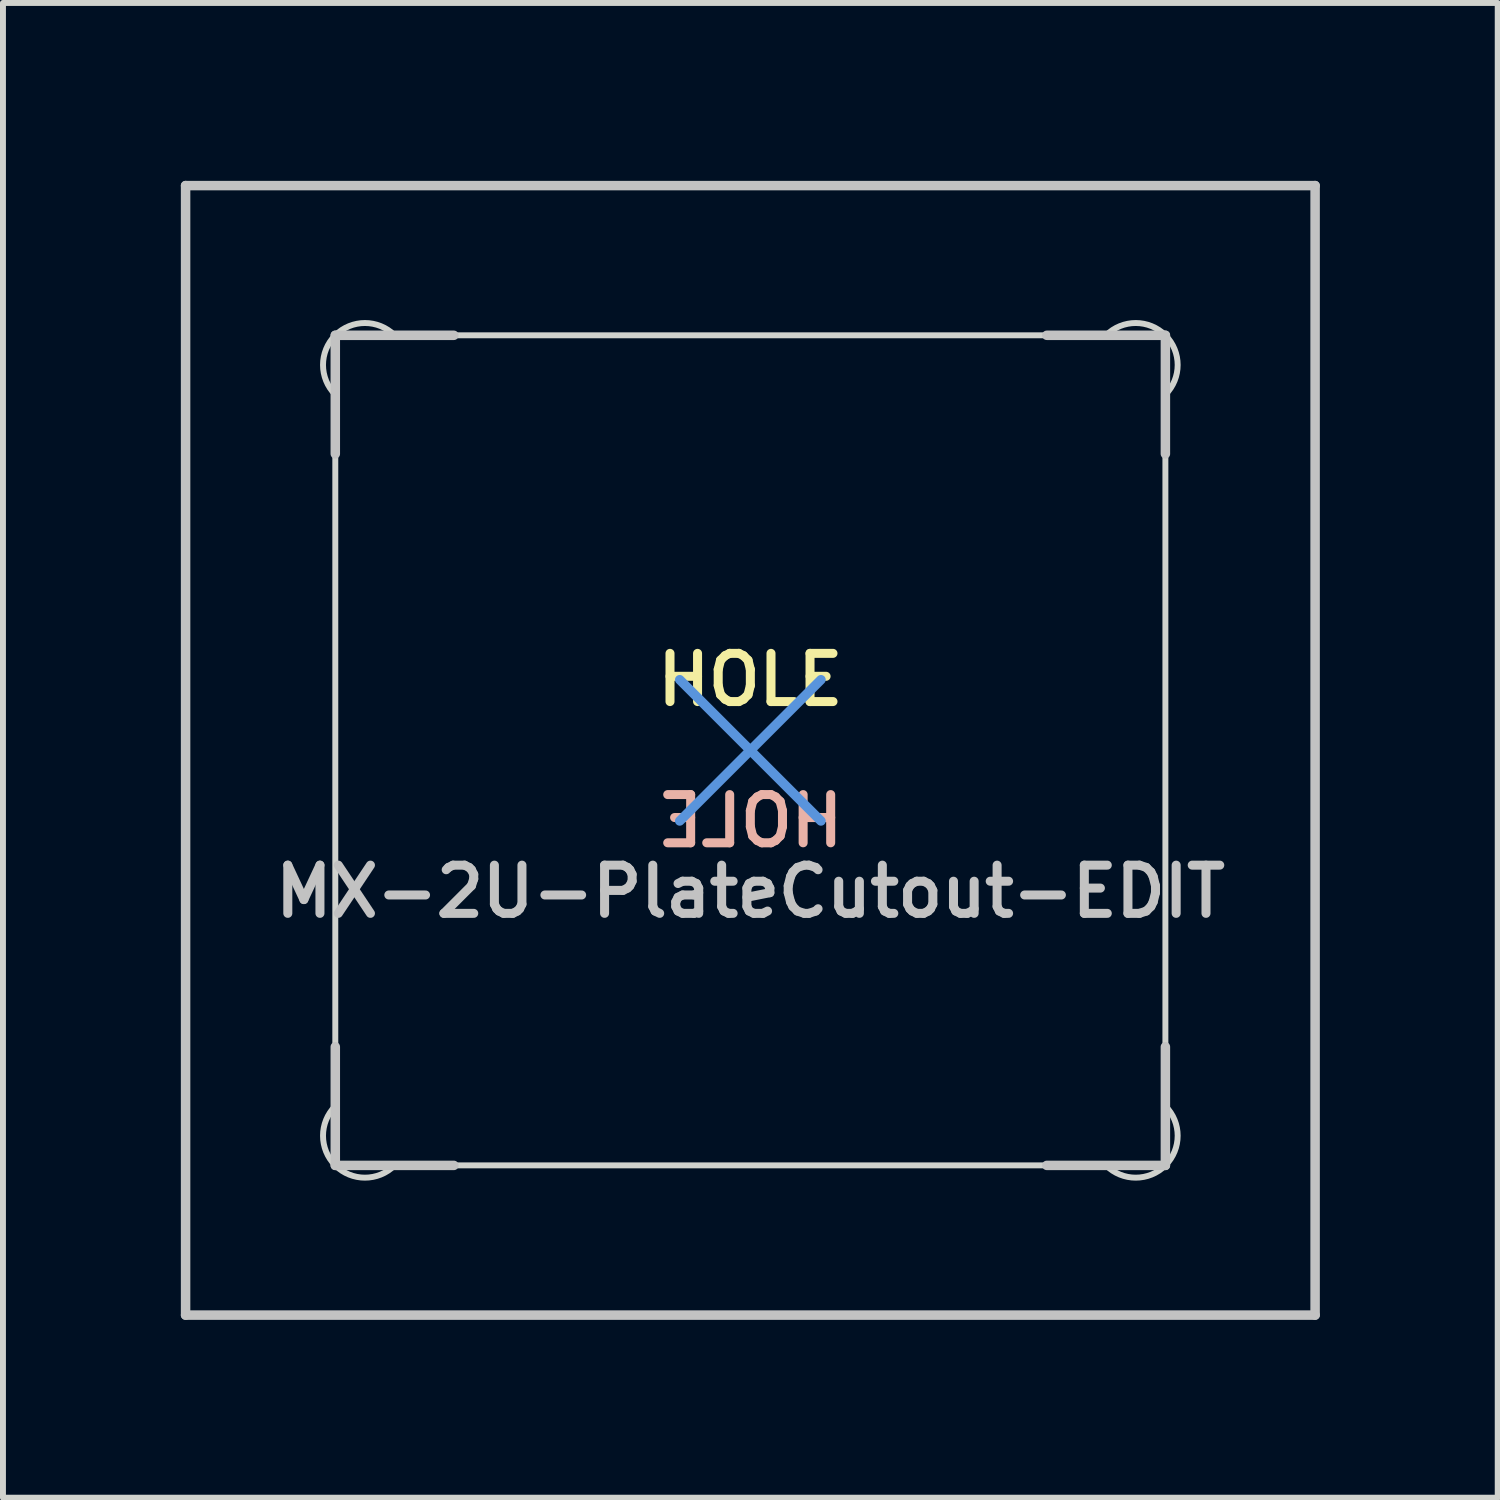
<source format=kicad_pcb>
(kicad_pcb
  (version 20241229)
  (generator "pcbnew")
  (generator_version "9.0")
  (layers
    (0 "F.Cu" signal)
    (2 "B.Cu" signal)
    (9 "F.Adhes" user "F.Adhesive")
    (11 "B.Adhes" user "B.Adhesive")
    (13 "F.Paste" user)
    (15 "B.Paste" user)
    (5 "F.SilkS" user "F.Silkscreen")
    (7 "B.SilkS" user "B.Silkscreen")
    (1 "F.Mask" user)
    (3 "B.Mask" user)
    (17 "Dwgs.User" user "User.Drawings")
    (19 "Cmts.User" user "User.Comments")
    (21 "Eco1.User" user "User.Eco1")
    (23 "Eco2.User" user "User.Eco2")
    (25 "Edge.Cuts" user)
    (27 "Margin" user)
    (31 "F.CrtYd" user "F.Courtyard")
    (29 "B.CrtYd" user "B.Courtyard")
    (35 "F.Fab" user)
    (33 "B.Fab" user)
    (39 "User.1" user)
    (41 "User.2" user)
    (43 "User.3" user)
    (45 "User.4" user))
  (footprint "MX-2U-PlateCutout-EDIT"
    (layer "F.Cu")
    (at 9.605 9.605)
    (property "Reference" "MX-2U-PlateCutout-EDIT" (at 0 2.381 0) (layer "Dwgs.User") (effects (font (size 0.813 0.813) (thickness 0.152))))
    (attr exclude_from_pos_files exclude_from_bom)
    (fp_line (start -9.525 -9.525) (end 9.525 -9.525) (stroke (width 0.16) (type solid)) (layer "Dwgs.User"))
    (fp_line (start -9.525 9.525) (end -9.525 -9.525) (stroke (width 0.16) (type solid)) (layer "Dwgs.User"))
    (fp_line (start -7 -7) (end -7 -5) (stroke (width 0.16) (type solid)) (layer "Dwgs.User"))
    (fp_line (start -7 5) (end -7 7) (stroke (width 0.16) (type solid)) (layer "Dwgs.User"))
    (fp_line (start -7 7) (end -5 7) (stroke (width 0.16) (type solid)) (layer "Dwgs.User"))
    (fp_line (start -5 -7) (end -7 -7) (stroke (width 0.16) (type solid)) (layer "Dwgs.User"))
    (fp_line (start 5 -7) (end 7 -7) (stroke (width 0.16) (type solid)) (layer "Dwgs.User"))
    (fp_line (start 5 7) (end 7 7) (stroke (width 0.16) (type solid)) (layer "Dwgs.User"))
    (fp_line (start 7 -7) (end 7 -5) (stroke (width 0.16) (type solid)) (layer "Dwgs.User"))
    (fp_line (start 7 7) (end 7 5) (stroke (width 0.16) (type solid)) (layer "Dwgs.User"))
    (fp_line (start 9.525 -9.525) (end 9.525 9.525) (stroke (width 0.16) (type solid)) (layer "Dwgs.User"))
    (fp_line (start 9.525 9.525) (end -9.525 9.525) (stroke (width 0.16) (type solid)) (layer "Dwgs.User"))
    (fp_line (start -1.191 -1.191) (end 1.191 1.191) (stroke (width 0.16) (type solid)) (layer "Cmts.User"))
    (fp_line (start -1.191 1.191) (end 1.191 -1.191) (stroke (width 0.16) (type solid)) (layer "Cmts.User"))
    (fp_line (start -7 6) (end -7 -6) (stroke (width 0.1) (type solid)) (layer "Edge.Cuts"))
    (fp_line (start -6 -7) (end 6 -7) (stroke (width 0.1) (type solid)) (layer "Edge.Cuts"))
    (fp_line (start 6 7) (end -6 7) (stroke (width 0.1) (type solid)) (layer "Edge.Cuts"))
    (fp_line (start 7 -6) (end 7 6) (stroke (width 0.1) (type solid)) (layer "Edge.Cuts"))
    (fp_arc (start -7 -6) (mid -7 -7) (end -6 -7) (stroke (width 0.1) (type solid)) (layer "Edge.Cuts"))
    (fp_arc (start -6 7) (mid -7 7) (end -7 6) (stroke (width 0.1) (type solid)) (layer "Edge.Cuts"))
    (fp_arc (start 6 -7) (mid 7 -7) (end 7 -6) (stroke (width 0.1) (type solid)) (layer "Edge.Cuts"))
    (fp_arc (start 7 6) (mid 7 7) (end 6 7) (stroke (width 0.1) (type solid)) (layer "Edge.Cuts"))
    (fp_text user "HOLE" (at 0 -1.191 0) (layer "F.SilkS") (effects (font (size 0.813 0.813) (thickness 0.152))))
    (fp_text user "HOLE" (at 0 1.191 0) (layer "B.SilkS") (effects (font (size 0.813 0.813) (thickness 0.152)) (justify mirror))))
  (gr_rect
    (start -3 -3)
    (end 22.21 22.21)
    (stroke (width 0.1) (type default))
    (fill no)
    (layer "Edge.Cuts")))
</source>
